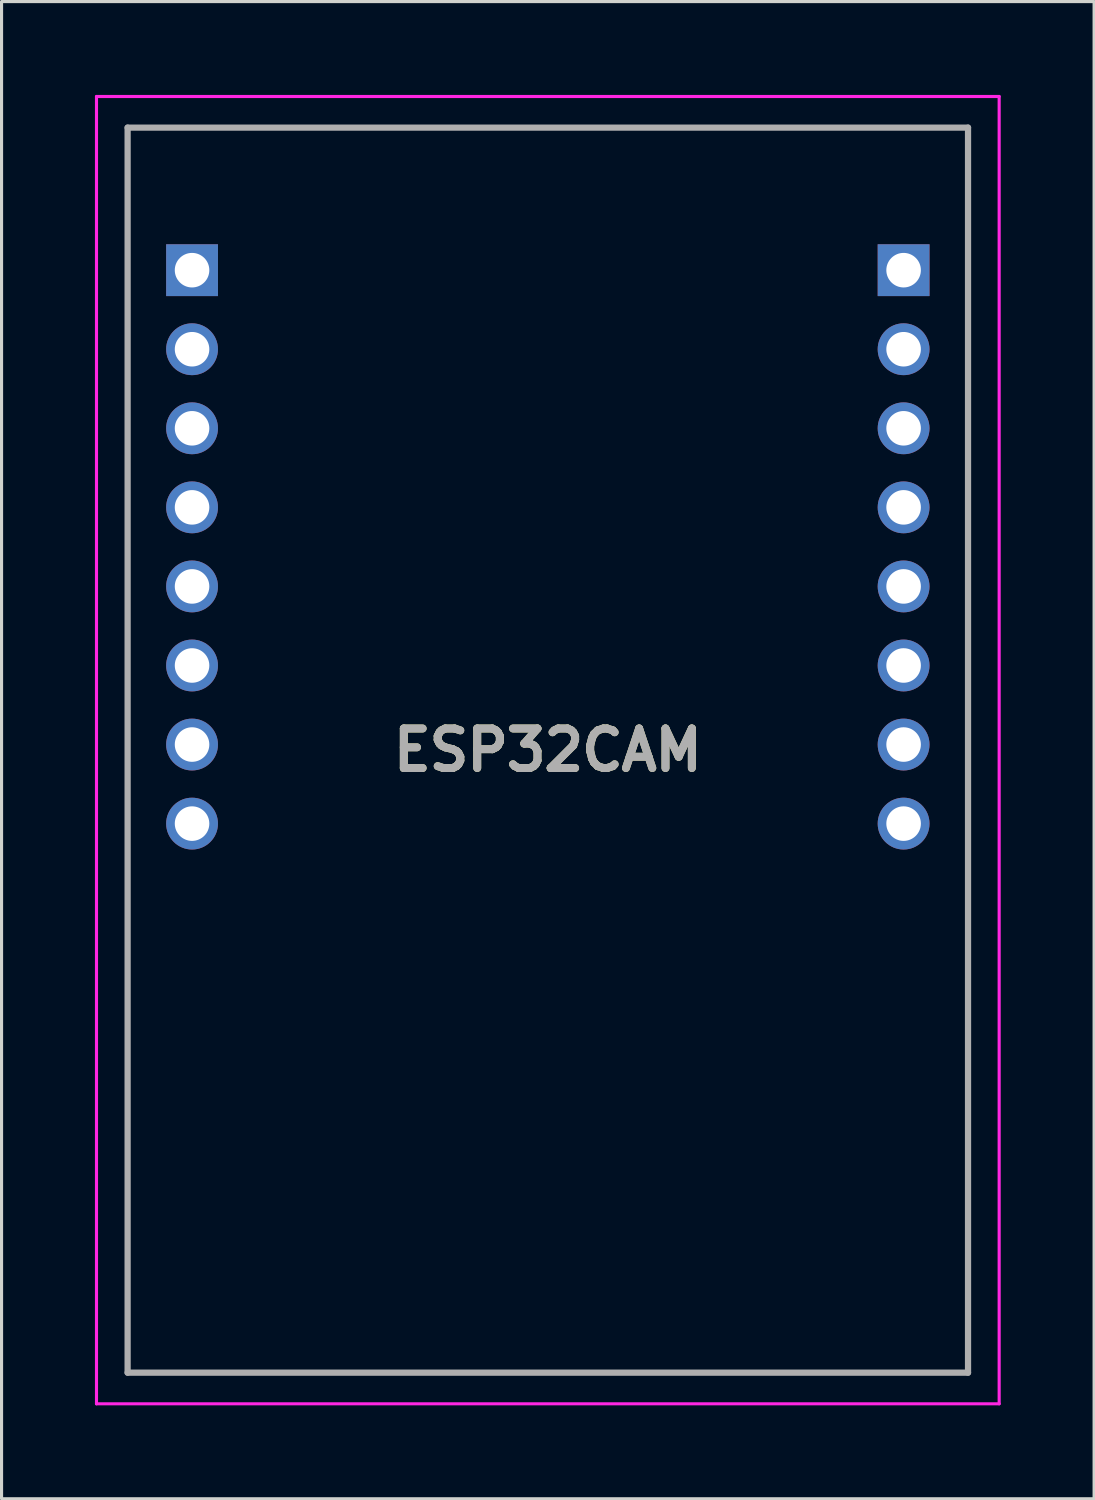
<source format=kicad_pcb>
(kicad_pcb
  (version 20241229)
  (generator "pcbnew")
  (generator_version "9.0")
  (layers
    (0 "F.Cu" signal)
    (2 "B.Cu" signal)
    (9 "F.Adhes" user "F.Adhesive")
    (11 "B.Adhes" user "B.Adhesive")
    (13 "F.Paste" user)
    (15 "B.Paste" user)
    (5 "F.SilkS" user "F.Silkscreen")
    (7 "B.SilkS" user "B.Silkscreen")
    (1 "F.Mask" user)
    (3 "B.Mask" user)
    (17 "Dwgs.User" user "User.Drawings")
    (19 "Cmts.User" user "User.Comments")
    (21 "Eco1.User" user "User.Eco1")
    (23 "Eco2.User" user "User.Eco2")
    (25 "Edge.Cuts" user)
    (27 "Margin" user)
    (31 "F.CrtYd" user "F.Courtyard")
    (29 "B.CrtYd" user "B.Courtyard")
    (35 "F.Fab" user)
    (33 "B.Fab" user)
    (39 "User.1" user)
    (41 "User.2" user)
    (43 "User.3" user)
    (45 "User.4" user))
  (footprint "ESP32CAM"
    (layer "F.Cu")
    (at 3.12 23.41)
    (property "Reference" "ESP32CAM" (at 11.43 -2.36 0) (layer "F.SilkS") (effects (font (size 1.27 1.27) (thickness 0.254))))
    (attr through_hole)
    (fp_line (start -2.07 -22.36) (end -2.07 17.64) (stroke (width 0.1) (type solid)) (layer "F.SilkS"))
    (fp_line (start -2.07 17.64) (end 24.93 17.64) (stroke (width 0.1) (type solid)) (layer "F.SilkS"))
    (fp_line (start 24.93 -22.36) (end -2.07 -22.36) (stroke (width 0.1) (type solid)) (layer "F.SilkS"))
    (fp_line (start 24.93 17.64) (end 24.93 -22.36) (stroke (width 0.1) (type solid)) (layer "F.SilkS"))
    (fp_line (start -3.07 -23.36) (end -3.07 18.64) (stroke (width 0.1) (type solid)) (layer "F.CrtYd"))
    (fp_line (start -3.07 18.64) (end 25.93 18.64) (stroke (width 0.1) (type solid)) (layer "F.CrtYd"))
    (fp_line (start 25.93 -23.36) (end -3.07 -23.36) (stroke (width 0.1) (type solid)) (layer "F.CrtYd"))
    (fp_line (start 25.93 18.64) (end 25.93 -23.36) (stroke (width 0.1) (type solid)) (layer "F.CrtYd"))
    (fp_line (start -2.07 -22.36) (end -2.07 17.64) (stroke (width 0.2) (type solid)) (layer "F.Fab"))
    (fp_line (start -2.07 17.64) (end 24.93 17.64) (stroke (width 0.2) (type solid)) (layer "F.Fab"))
    (fp_line (start 24.93 -22.36) (end -2.07 -22.36) (stroke (width 0.2) (type solid)) (layer "F.Fab"))
    (fp_line (start 24.93 17.64) (end 24.93 -22.36) (stroke (width 0.2) (type solid)) (layer "F.Fab"))
    (fp_text user "${REFERENCE}" (at 11.43 -2.36 0) (layer "F.Fab") (effects (font (size 1.27 1.27) (thickness 0.254))))
    (pad "1" thru_hole circle (at 0 0) (size 1.665 1.665) (drill 1.11) (layers "*.Cu" "*.Mask"))
    (pad "2" thru_hole circle (at 0 -2.54) (size 1.665 1.665) (drill 1.11) (layers "*.Cu" "*.Mask"))
    (pad "3" thru_hole circle (at 0 -5.08) (size 1.665 1.665) (drill 1.11) (layers "*.Cu" "*.Mask"))
    (pad "4" thru_hole circle (at 0 -7.62) (size 1.665 1.665) (drill 1.11) (layers "*.Cu" "*.Mask"))
    (pad "5" thru_hole circle (at 0 -10.16) (size 1.665 1.665) (drill 1.11) (layers "*.Cu" "*.Mask"))
    (pad "6" thru_hole circle (at 0 -12.7) (size 1.665 1.665) (drill 1.11) (layers "*.Cu" "*.Mask"))
    (pad "7" thru_hole circle (at 0 -15.24) (size 1.665 1.665) (drill 1.11) (layers "*.Cu" "*.Mask"))
    (pad "8" thru_hole rect (at 0 -17.78) (size 1.665 1.665) (drill 1.11) (layers "*.Cu" "*.Mask"))
    (pad "9" thru_hole rect (at 22.86 -17.78) (size 1.665 1.665) (drill 1.11) (layers "*.Cu" "*.Mask"))
    (pad "10" thru_hole circle (at 22.86 -15.24) (size 1.665 1.665) (drill 1.11) (layers "*.Cu" "*.Mask"))
    (pad "11" thru_hole circle (at 22.86 -12.7) (size 1.665 1.665) (drill 1.11) (layers "*.Cu" "*.Mask"))
    (pad "12" thru_hole circle (at 22.86 -10.16) (size 1.665 1.665) (drill 1.11) (layers "*.Cu" "*.Mask"))
    (pad "13" thru_hole circle (at 22.86 -7.62) (size 1.665 1.665) (drill 1.11) (layers "*.Cu" "*.Mask"))
    (pad "14" thru_hole circle (at 22.86 -5.08) (size 1.665 1.665) (drill 1.11) (layers "*.Cu" "*.Mask"))
    (pad "15" thru_hole circle (at 22.86 -2.54) (size 1.665 1.665) (drill 1.11) (layers "*.Cu" "*.Mask"))
    (pad "16" thru_hole circle (at 22.86 0) (size 1.665 1.665) (drill 1.11) (layers "*.Cu" "*.Mask")))
  (gr_rect
    (start -3 -3)
    (end 32.1 45.1)
    (stroke (width 0.1) (type default))
    (fill no)
    (layer "Edge.Cuts")))
</source>
